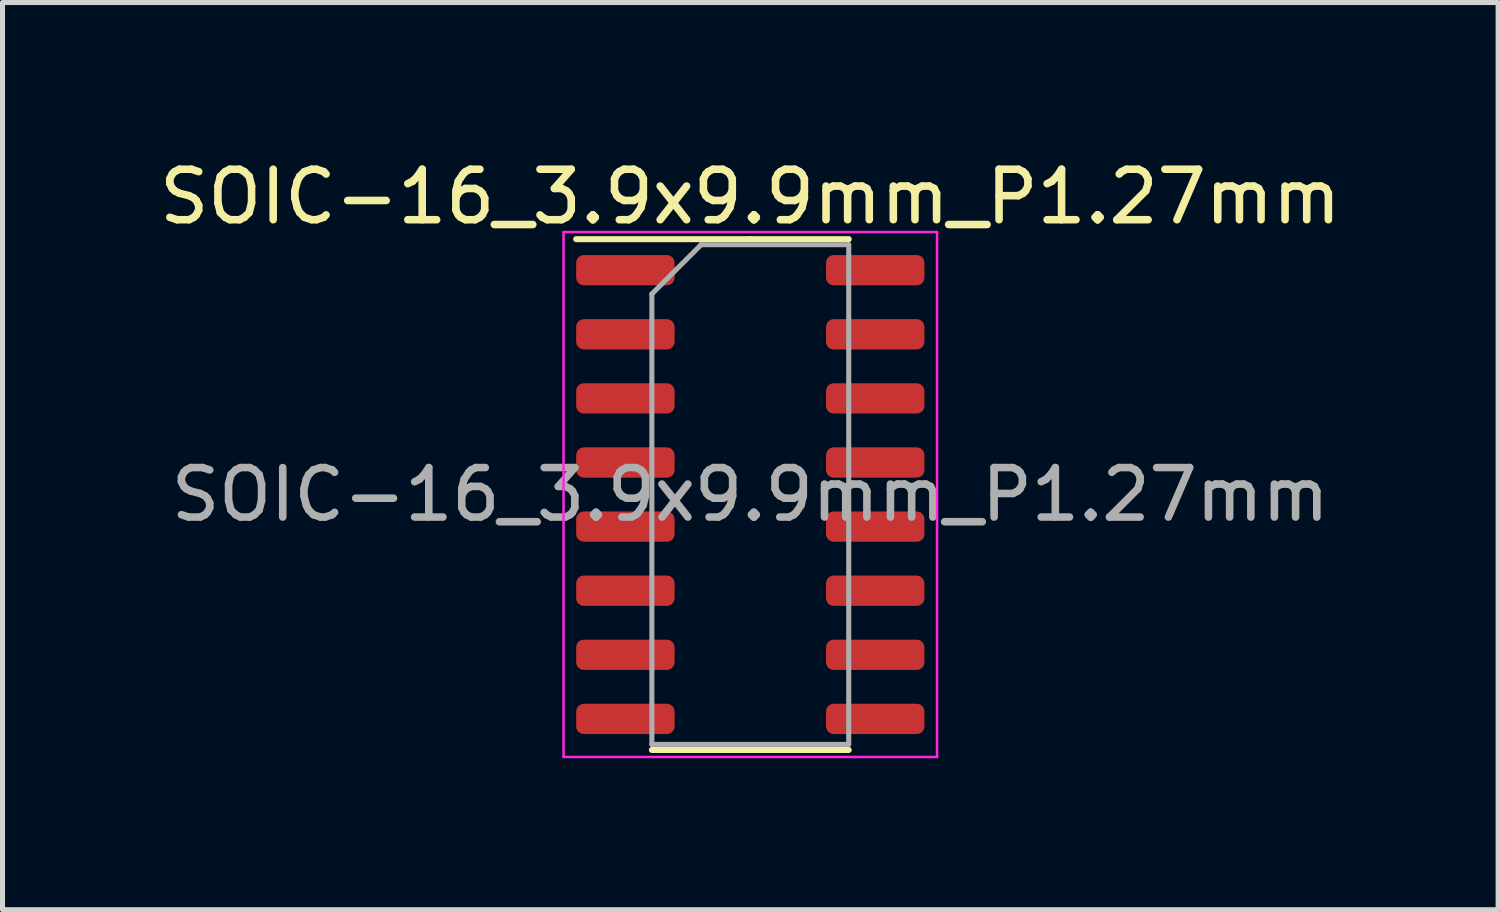
<source format=kicad_pcb>
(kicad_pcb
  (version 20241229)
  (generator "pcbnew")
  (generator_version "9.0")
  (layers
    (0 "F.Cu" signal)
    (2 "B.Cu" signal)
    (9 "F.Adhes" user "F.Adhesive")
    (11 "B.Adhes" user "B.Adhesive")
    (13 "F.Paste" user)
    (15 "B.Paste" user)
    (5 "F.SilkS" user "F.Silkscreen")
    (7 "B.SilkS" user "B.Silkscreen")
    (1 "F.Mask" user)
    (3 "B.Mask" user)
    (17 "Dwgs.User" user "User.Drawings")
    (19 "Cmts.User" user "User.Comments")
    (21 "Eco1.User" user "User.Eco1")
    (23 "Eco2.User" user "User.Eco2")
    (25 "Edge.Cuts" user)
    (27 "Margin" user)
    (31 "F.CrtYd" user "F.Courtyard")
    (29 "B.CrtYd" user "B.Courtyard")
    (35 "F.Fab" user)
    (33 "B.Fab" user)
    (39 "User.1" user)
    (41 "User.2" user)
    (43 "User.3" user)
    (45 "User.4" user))
  (footprint "SOIC-16_3.9x9.9mm_P1.27mm"
    (layer "F.Cu")
    (at 11.815 6.748)
    (property "Reference" "SOIC-16_3.9x9.9mm_P1.27mm" (at 0 -5.9 0) (layer "F.SilkS") (effects (font (size 1 1) (thickness 0.15))))
    (attr smd)
    (fp_line (start 0 -5.06) (end -3.45 -5.06) (stroke (width 0.12) (type solid)) (layer "F.SilkS"))
    (fp_line (start 0 -5.06) (end 1.95 -5.06) (stroke (width 0.12) (type solid)) (layer "F.SilkS"))
    (fp_line (start 0 5.06) (end -1.95 5.06) (stroke (width 0.12) (type solid)) (layer "F.SilkS"))
    (fp_line (start 0 5.06) (end 1.95 5.06) (stroke (width 0.12) (type solid)) (layer "F.SilkS"))
    (fp_line (start -3.7 -5.2) (end -3.7 5.2) (stroke (width 0.05) (type solid)) (layer "F.CrtYd"))
    (fp_line (start -3.7 5.2) (end 3.7 5.2) (stroke (width 0.05) (type solid)) (layer "F.CrtYd"))
    (fp_line (start 3.7 -5.2) (end -3.7 -5.2) (stroke (width 0.05) (type solid)) (layer "F.CrtYd"))
    (fp_line (start 3.7 5.2) (end 3.7 -5.2) (stroke (width 0.05) (type solid)) (layer "F.CrtYd"))
    (fp_line (start -1.95 -3.975) (end -0.975 -4.95) (stroke (width 0.1) (type solid)) (layer "F.Fab"))
    (fp_line (start -1.95 4.95) (end -1.95 -3.975) (stroke (width 0.1) (type solid)) (layer "F.Fab"))
    (fp_line (start -0.975 -4.95) (end 1.95 -4.95) (stroke (width 0.1) (type solid)) (layer "F.Fab"))
    (fp_line (start 1.95 -4.95) (end 1.95 4.95) (stroke (width 0.1) (type solid)) (layer "F.Fab"))
    (fp_line (start 1.95 4.95) (end -1.95 4.95) (stroke (width 0.1) (type solid)) (layer "F.Fab"))
    (fp_text user "${REFERENCE}" (at 0 0 0) (layer "F.Fab") (effects (font (size 0.98 0.98) (thickness 0.15))))
    (pad "1" smd roundrect (at -2.475 -4.445) (size 1.95 0.6) (layers "F.Cu" "F.Mask" "F.Paste") (roundrect_rratio 0.25))
    (pad "2" smd roundrect (at -2.475 -3.175) (size 1.95 0.6) (layers "F.Cu" "F.Mask" "F.Paste") (roundrect_rratio 0.25))
    (pad "3" smd roundrect (at -2.475 -1.905) (size 1.95 0.6) (layers "F.Cu" "F.Mask" "F.Paste") (roundrect_rratio 0.25))
    (pad "4" smd roundrect (at -2.475 -0.635) (size 1.95 0.6) (layers "F.Cu" "F.Mask" "F.Paste") (roundrect_rratio 0.25))
    (pad "5" smd roundrect (at -2.475 0.635) (size 1.95 0.6) (layers "F.Cu" "F.Mask" "F.Paste") (roundrect_rratio 0.25))
    (pad "6" smd roundrect (at -2.475 1.905) (size 1.95 0.6) (layers "F.Cu" "F.Mask" "F.Paste") (roundrect_rratio 0.25))
    (pad "7" smd roundrect (at -2.475 3.175) (size 1.95 0.6) (layers "F.Cu" "F.Mask" "F.Paste") (roundrect_rratio 0.25))
    (pad "8" smd roundrect (at -2.475 4.445) (size 1.95 0.6) (layers "F.Cu" "F.Mask" "F.Paste") (roundrect_rratio 0.25))
    (pad "9" smd roundrect (at 2.475 4.445) (size 1.95 0.6) (layers "F.Cu" "F.Mask" "F.Paste") (roundrect_rratio 0.25))
    (pad "10" smd roundrect (at 2.475 3.175) (size 1.95 0.6) (layers "F.Cu" "F.Mask" "F.Paste") (roundrect_rratio 0.25))
    (pad "11" smd roundrect (at 2.475 1.905) (size 1.95 0.6) (layers "F.Cu" "F.Mask" "F.Paste") (roundrect_rratio 0.25))
    (pad "12" smd roundrect (at 2.475 0.635) (size 1.95 0.6) (layers "F.Cu" "F.Mask" "F.Paste") (roundrect_rratio 0.25))
    (pad "13" smd roundrect (at 2.475 -0.635) (size 1.95 0.6) (layers "F.Cu" "F.Mask" "F.Paste") (roundrect_rratio 0.25))
    (pad "14" smd roundrect (at 2.475 -1.905) (size 1.95 0.6) (layers "F.Cu" "F.Mask" "F.Paste") (roundrect_rratio 0.25))
    (pad "15" smd roundrect (at 2.475 -3.175) (size 1.95 0.6) (layers "F.Cu" "F.Mask" "F.Paste") (roundrect_rratio 0.25))
    (pad "16" smd roundrect (at 2.475 -4.445) (size 1.95 0.6) (layers "F.Cu" "F.Mask" "F.Paste") (roundrect_rratio 0.25)))
  (gr_rect
    (start -3 -3)
    (end 26.631 14.973)
    (stroke (width 0.1) (type default))
    (fill no)
    (layer "Edge.Cuts")))
</source>
